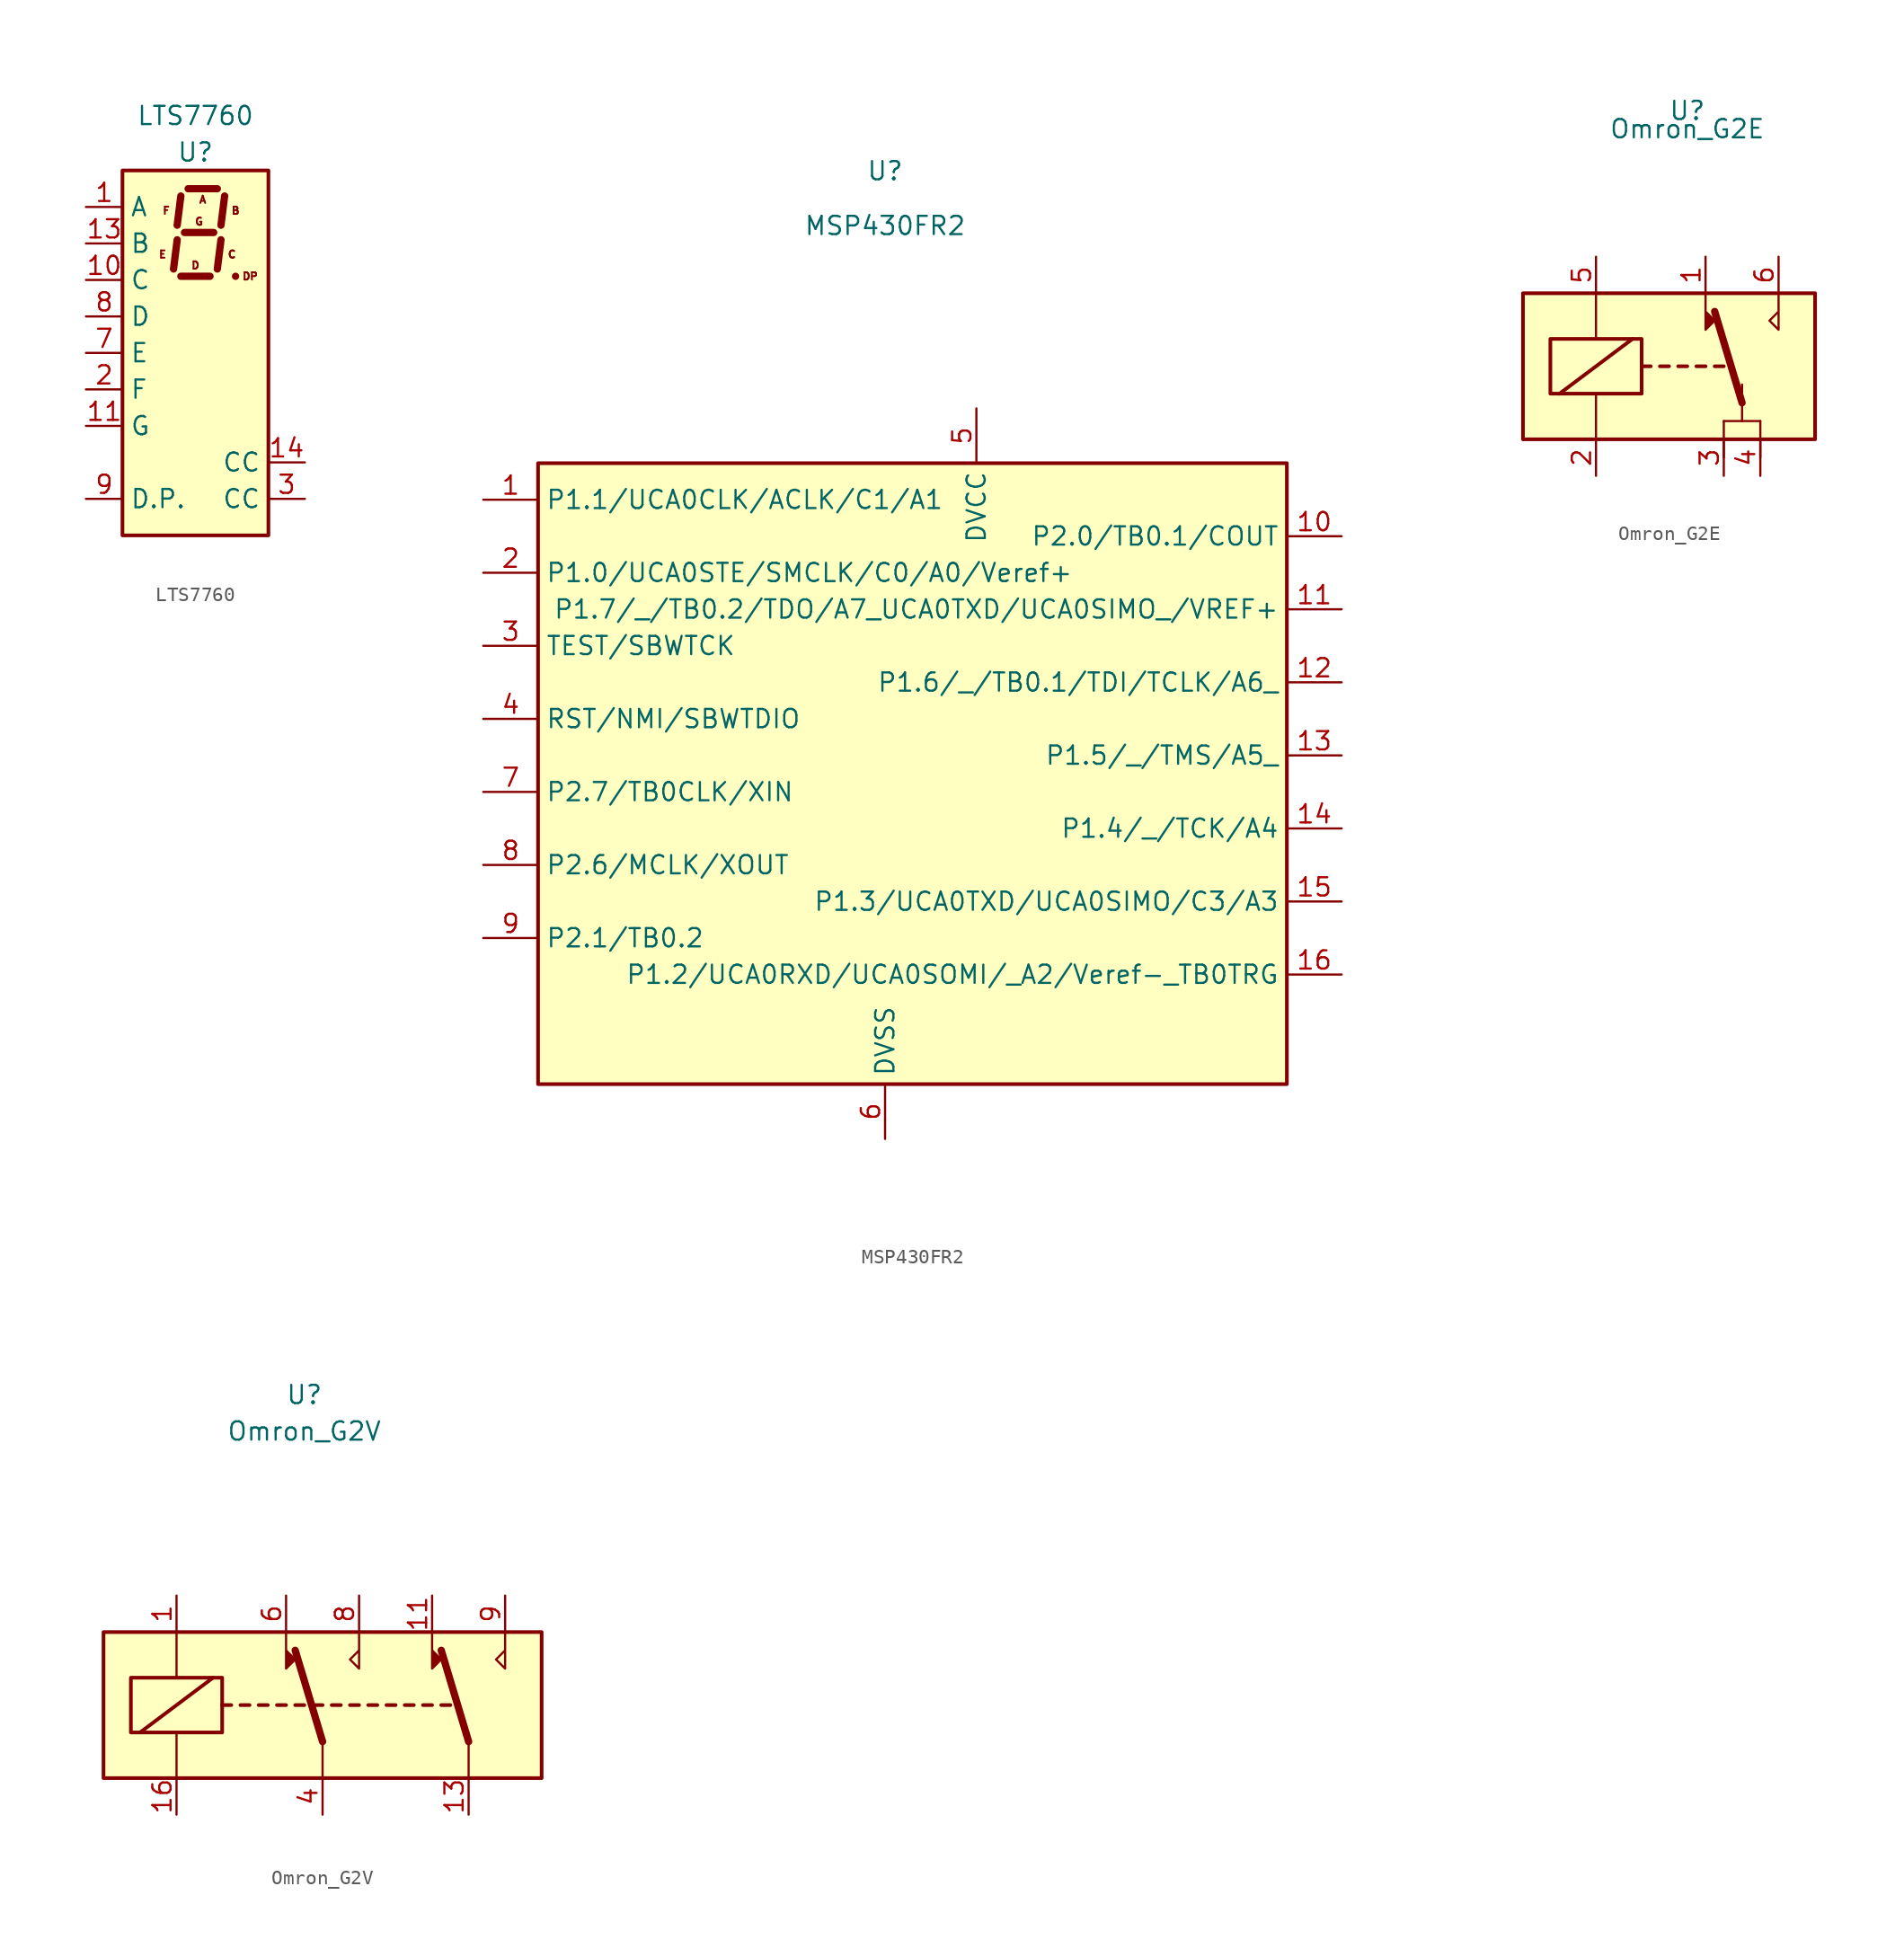
<source format=kicad_sym>
(kicad_symbol_lib
  (version 20211014)
  (generator kicad_symbol_editor)
  (symbol "LTS7760"
    (property "Reference" "U"
      (at 0 15.24 0)
      (effects (font (size 1.27 1.27))))
    (property "Value" "LTS7760"
      (at 0 17.78 0)
      (effects (font (size 1.27 1.27))))
    (symbol "LTS7760_0_0"
      (text "A" (at 0.508 11.938 0) (effects (font (size 0.508 0.508))))
      (text "B" (at 2.794 11.176 0) (effects (font (size 0.508 0.508))))
      (text "C" (at 2.54 8.128 0) (effects (font (size 0.508 0.508))))
      (text "D" (at 0 7.366 0) (effects (font (size 0.508 0.508))))
      (text "DP" (at 3.81 6.604 0) (effects (font (size 0.508 0.508))))
      (text "E" (at -2.286 8.128 0) (effects (font (size 0.508 0.508))))
      (text "F" (at -2.032 11.176 0) (effects (font (size 0.508 0.508))))
      (text "G" (at 0.254 10.414 0) (effects (font (size 0.508 0.508)))))
    (symbol "LTS7760_0_1"
      (rectangle (start -5.08 13.97) (end 5.08 -11.43) (stroke (width 0.254) (type default) (color 0 0 0 0)) (fill (type background)))
      (polyline (pts (xy -1.27 9.144) (xy -1.524 7.112)) (stroke (width 0.508) (type default) (color 0 0 0 0)) (fill (type none)))
      (polyline (pts (xy -1.016 6.604) (xy 1.016 6.604)) (stroke (width 0.508) (type default) (color 0 0 0 0)) (fill (type none)))
      (polyline (pts (xy -1.016 12.192) (xy -1.27 10.16)) (stroke (width 0.508) (type default) (color 0 0 0 0)) (fill (type none)))
      (polyline (pts (xy -0.762 9.652) (xy 1.27 9.652)) (stroke (width 0.508) (type default) (color 0 0 0 0)) (fill (type none)))
      (polyline (pts (xy -0.508 12.7) (xy 1.524 12.7)) (stroke (width 0.508) (type default) (color 0 0 0 0)) (fill (type none)))
      (polyline (pts (xy 1.778 9.144) (xy 1.524 7.112)) (stroke (width 0.508) (type default) (color 0 0 0 0)) (fill (type none)))
      (polyline (pts (xy 2.032 12.192) (xy 1.778 10.16)) (stroke (width 0.508) (type default) (color 0 0 0 0)) (fill (type none)))
      (polyline (pts (xy 2.794 6.604) (xy 2.794 6.604)) (stroke (width 0.508) (type default) (color 0 0 0 0)) (fill (type none))))
    (symbol "LTS7760_1_1"
      (pin input line (at -7.62 11.43 0) (length 2.54) (name "A" (effects (font (size 1.27 1.27)))) (number "1" (effects (font (size 1.27 1.27)))))
      (pin input line (at -7.62 6.35 0) (length 2.54) (name "C" (effects (font (size 1.27 1.27)))) (number "10" (effects (font (size 1.27 1.27)))))
      (pin input line (at -7.62 -3.81 0) (length 2.54) (name "G" (effects (font (size 1.27 1.27)))) (number "11" (effects (font (size 1.27 1.27)))))
      (pin no_connect line (at 7.62 -3.81 180) (length 2.54) hide (name "NC" (effects (font (size 1.27 1.27)))) (number "12" (effects (font (size 1.27 1.27)))))
      (pin input line (at -7.62 8.89 0) (length 2.54) (name "B" (effects (font (size 1.27 1.27)))) (number "13" (effects (font (size 1.27 1.27)))))
      (pin input line (at 7.62 -6.35 180) (length 2.54) (name "CC" (effects (font (size 1.27 1.27)))) (number "14" (effects (font (size 1.27 1.27)))))
      (pin input line (at -7.62 -1.27 0) (length 2.54) (name "F" (effects (font (size 1.27 1.27)))) (number "2" (effects (font (size 1.27 1.27)))))
      (pin input line (at 7.62 -8.89 180) (length 2.54) (name "CC" (effects (font (size 1.27 1.27)))) (number "3" (effects (font (size 1.27 1.27)))))
      (pin no_connect line (at 7.62 3.81 180) (length 2.54) hide (name "NC" (effects (font (size 1.27 1.27)))) (number "4" (effects (font (size 1.27 1.27)))))
      (pin no_connect line (at 7.62 1.27 180) (length 2.54) hide (name "NC" (effects (font (size 1.27 1.27)))) (number "5" (effects (font (size 1.27 1.27)))))
      (pin no_connect line (at 7.62 -1.27 180) (length 2.54) hide (name "NC" (effects (font (size 1.27 1.27)))) (number "6" (effects (font (size 1.27 1.27)))))
      (pin input line (at -7.62 1.27 0) (length 2.54) (name "E" (effects (font (size 1.27 1.27)))) (number "7" (effects (font (size 1.27 1.27)))))
      (pin input line (at -7.62 3.81 0) (length 2.54) (name "D" (effects (font (size 1.27 1.27)))) (number "8" (effects (font (size 1.27 1.27)))))
      (pin input line (at -7.62 -8.89 0) (length 2.54) (name "D.P." (effects (font (size 1.27 1.27)))) (number "9" (effects (font (size 1.27 1.27)))))))
  (symbol "MSP430FR2"
    (property "Reference" "U"
      (at 0 38.1 0)
      (effects (font (size 1.27 1.27))))
    (property "Value" "MSP430FR2"
      (at 0 34.29 0)
      (effects (font (size 1.27 1.27))))
    (symbol "MSP430FR2_0_1"
      (rectangle (start -24.13 17.78) (end 27.94 -25.4) (stroke (width 0.254) (type default) (color 0 0 0 0)) (fill (type background))))
    (symbol "MSP430FR2_1_1"
      (pin passive line (at -27.94 15.24 0) (length 3.81) (name "P1.1/UCA0CLK/ACLK/C1/A1" (effects (font (size 1.27 1.27)))) (number "1" (effects (font (size 1.27 1.27)))))
      (pin input line (at 31.75 12.7 180) (length 3.81) (name "P2.0/TB0.1/COUT" (effects (font (size 1.27 1.27)))) (number "10" (effects (font (size 1.27 1.27)))))
      (pin input line (at 31.75 7.62 180) (length 3.81) (name "P1.7/_/TB0.2/TDO/A7_UCA0TXD/UCA0SIMO_/VREF+" (effects (font (size 1.27 1.27)))) (number "11" (effects (font (size 1.27 1.27)))))
      (pin bidirectional line (at 31.75 2.54 180) (length 3.81) (name "P1.6/_/TB0.1/TDI/TCLK/A6_" (effects (font (size 1.27 1.27)))) (number "12" (effects (font (size 1.27 1.27)))))
      (pin passive line (at 31.75 -2.54 180) (length 3.81) (name "P1.5/_/TMS/A5_" (effects (font (size 1.27 1.27)))) (number "13" (effects (font (size 1.27 1.27)))))
      (pin bidirectional line (at 31.75 -7.62 180) (length 3.81) (name "P1.4/_/TCK/A4" (effects (font (size 1.27 1.27)))) (number "14" (effects (font (size 1.27 1.27)))))
      (pin bidirectional line (at 31.75 -12.7 180) (length 3.81) (name "P1.3/UCA0TXD/UCA0SIMO/C3/A3" (effects (font (size 1.27 1.27)))) (number "15" (effects (font (size 1.27 1.27)))))
      (pin power_in line (at 31.75 -17.78 180) (length 3.81) (name "P1.2/UCA0RXD/UCA0SOMI/_A2/Veref-_TB0TRG" (effects (font (size 1.27 1.27)))) (number "16" (effects (font (size 1.27 1.27)))))
      (pin passive line (at -27.94 10.16 0) (length 3.81) (name "P1.0/UCA0STE/SMCLK/C0/A0/Veref+" (effects (font (size 1.27 1.27)))) (number "2" (effects (font (size 1.27 1.27)))))
      (pin passive line (at -27.94 5.08 0) (length 3.81) (name "TEST/SBWTCK" (effects (font (size 1.27 1.27)))) (number "3" (effects (font (size 1.27 1.27)))))
      (pin passive line (at -27.94 0 0) (length 3.81) (name "RST/NMI/SBWTDIO" (effects (font (size 1.27 1.27)))) (number "4" (effects (font (size 1.27 1.27)))))
      (pin power_in line (at 6.35 21.59 270) (length 3.81) (name "DVCC" (effects (font (size 1.27 1.27)))) (number "5" (effects (font (size 1.27 1.27)))))
      (pin power_in line (at 0 -29.21 90) (length 3.81) (name "DVSS" (effects (font (size 1.27 1.27)))) (number "6" (effects (font (size 1.27 1.27)))))
      (pin passive line (at -27.94 -5.08 0) (length 3.81) (name "P2.7/TB0CLK/XIN" (effects (font (size 1.27 1.27)))) (number "7" (effects (font (size 1.27 1.27)))))
      (pin passive line (at -27.94 -10.16 0) (length 3.81) (name "P2.6/MCLK/XOUT" (effects (font (size 1.27 1.27)))) (number "8" (effects (font (size 1.27 1.27)))))
      (pin passive line (at -27.94 -15.24 0) (length 3.81) (name "P2.1/TB0.2" (effects (font (size 1.27 1.27)))) (number "9" (effects (font (size 1.27 1.27)))))))
  (symbol "Omron_G2E"
    (property "Reference" "U"
      (at 0 17.78 0)
      (effects (font (size 1.27 1.27))))
    (property "Value" "Omron_G2E"
      (at 0 16.51 0)
      (effects (font (size 1.27 1.27))))
    (symbol "Omron_G2E_0_0"
      (polyline (pts (xy 1.27 5.08) (xy 1.27 2.54) (xy 1.905 3.175) (xy 1.27 3.81)) (stroke (width 0) (type default) (color 0 0 0 0)) (fill (type outline)))
      (polyline (pts (xy 6.35 5.08) (xy 6.35 2.54) (xy 5.715 3.175) (xy 6.35 3.81)) (stroke (width 0) (type default) (color 0 0 0 0)) (fill (type none))))
    (symbol "Omron_G2E_0_1"
      (rectangle (start -11.43 5.08) (end 8.89 -5.08) (stroke (width 0.254) (type default) (color 0 0 0 0)) (fill (type background)))
      (rectangle (start -9.525 1.905) (end -3.175 -1.905) (stroke (width 0.254) (type default) (color 0 0 0 0)) (fill (type none)))
      (polyline (pts (xy -8.89 -1.905) (xy -3.81 1.905)) (stroke (width 0.254) (type default) (color 0 0 0 0)) (fill (type none)))
      (polyline (pts (xy -6.35 -5.08) (xy -6.35 -1.905)) (stroke (width 0) (type default) (color 0 0 0 0)) (fill (type none)))
      (polyline (pts (xy -6.35 5.08) (xy -6.35 1.905)) (stroke (width 0) (type default) (color 0 0 0 0)) (fill (type none)))
      (polyline (pts (xy -3.175 0) (xy -2.54 0)) (stroke (width 0.254) (type default) (color 0 0 0 0)) (fill (type none)))
      (polyline (pts (xy -1.905 0) (xy -1.27 0)) (stroke (width 0.254) (type default) (color 0 0 0 0)) (fill (type none)))
      (polyline (pts (xy -0.635 0) (xy 0 0)) (stroke (width 0.254) (type default) (color 0 0 0 0)) (fill (type none)))
      (polyline (pts (xy 0.635 0) (xy 1.27 0)) (stroke (width 0.254) (type default) (color 0 0 0 0)) (fill (type none)))
      (polyline (pts (xy 1.905 0) (xy 2.54 0)) (stroke (width 0.254) (type default) (color 0 0 0 0)) (fill (type none)))
      (polyline (pts (xy 2.54 -3.81) (xy 2.54 -6.35)) (stroke (width 0) (type default) (color 0 0 0 0)) (fill (type none)))
      (polyline (pts (xy 2.54 -3.81) (xy 5.08 -3.81)) (stroke (width 0) (type default) (color 0 0 0 0)) (fill (type none)))
      (polyline (pts (xy 3.81 -2.54) (xy 1.905 3.81)) (stroke (width 0.508) (type default) (color 0 0 0 0)) (fill (type none)))
      (polyline (pts (xy 3.81 -1.27) (xy 3.81 -3.81)) (stroke (width 0) (type default) (color 0 0 0 0)) (fill (type none)))
      (polyline (pts (xy 5.08 -3.81) (xy 5.08 -6.35)) (stroke (width 0) (type default) (color 0 0 0 0)) (fill (type none))))
    (symbol "Omron_G2E_1_1"
      (pin passive line (at 1.27 7.62 270) (length 2.54) (name "~" (effects (font (size 1.27 1.27)))) (number "1" (effects (font (size 1.27 1.27)))))
      (pin passive line (at -6.35 -7.62 90) (length 2.54) (name "~" (effects (font (size 1.27 1.27)))) (number "2" (effects (font (size 1.27 1.27)))))
      (pin passive line (at 2.54 -7.62 90) (length 2.54) (name "~" (effects (font (size 1.27 1.27)))) (number "3" (effects (font (size 1.27 1.27)))))
      (pin passive line (at 5.08 -7.62 90) (length 2.54) (name "~" (effects (font (size 1.27 1.27)))) (number "4" (effects (font (size 1.27 1.27)))))
      (pin passive line (at -6.35 7.62 270) (length 2.54) (name "~" (effects (font (size 1.27 1.27)))) (number "5" (effects (font (size 1.27 1.27)))))
      (pin passive line (at 6.35 7.62 270) (length 2.54) (name "~" (effects (font (size 1.27 1.27)))) (number "6" (effects (font (size 1.27 1.27)))))))
  (symbol "Omron_G2V"
    (property "Reference" "U"
      (at 0 21.59 0)
      (effects (font (size 1.27 1.27))))
    (property "Value" "Omron_G2V"
      (at 0 19.05 0)
      (effects (font (size 1.27 1.27))))
    (symbol "Omron_G2V_1_1"
      (rectangle (start -13.97 5.08) (end 16.51 -5.08) (stroke (width 0.254) (type default) (color 0 0 0 0)) (fill (type background)))
      (rectangle (start -12.065 1.905) (end -5.715 -1.905) (stroke (width 0.254) (type default) (color 0 0 0 0)) (fill (type none)))
      (polyline (pts (xy -11.43 -1.905) (xy -6.35 1.905)) (stroke (width 0.254) (type default) (color 0 0 0 0)) (fill (type none)))
      (polyline (pts (xy -8.89 -5.08) (xy -8.89 -1.905)) (stroke (width 0) (type default) (color 0 0 0 0)) (fill (type none)))
      (polyline (pts (xy -8.89 5.08) (xy -8.89 1.905)) (stroke (width 0) (type default) (color 0 0 0 0)) (fill (type none)))
      (polyline (pts (xy -5.715 0) (xy -5.08 0)) (stroke (width 0.254) (type default) (color 0 0 0 0)) (fill (type none)))
      (polyline (pts (xy -4.445 0) (xy -3.81 0)) (stroke (width 0.254) (type default) (color 0 0 0 0)) (fill (type none)))
      (polyline (pts (xy -3.175 0) (xy -2.54 0)) (stroke (width 0.254) (type default) (color 0 0 0 0)) (fill (type none)))
      (polyline (pts (xy -1.905 0) (xy -1.27 0)) (stroke (width 0.254) (type default) (color 0 0 0 0)) (fill (type none)))
      (polyline (pts (xy -0.635 0) (xy 0 0)) (stroke (width 0.254) (type default) (color 0 0 0 0)) (fill (type none)))
      (polyline (pts (xy 0.635 0) (xy 1.27 0)) (stroke (width 0.254) (type default) (color 0 0 0 0)) (fill (type none)))
      (polyline (pts (xy 1.27 -2.54) (xy -0.635 3.81)) (stroke (width 0.508) (type default) (color 0 0 0 0)) (fill (type none)))
      (polyline (pts (xy 1.27 -2.54) (xy 1.27 -5.08)) (stroke (width 0) (type default) (color 0 0 0 0)) (fill (type none)))
      (polyline (pts (xy 1.905 0) (xy 2.54 0)) (stroke (width 0.254) (type default) (color 0 0 0 0)) (fill (type none)))
      (polyline (pts (xy 3.175 0) (xy 3.81 0)) (stroke (width 0.254) (type default) (color 0 0 0 0)) (fill (type none)))
      (polyline (pts (xy 4.445 0) (xy 5.08 0)) (stroke (width 0.254) (type default) (color 0 0 0 0)) (fill (type none)))
      (polyline (pts (xy 5.715 0) (xy 6.35 0)) (stroke (width 0.254) (type default) (color 0 0 0 0)) (fill (type none)))
      (polyline (pts (xy 6.985 0) (xy 7.62 0)) (stroke (width 0.254) (type default) (color 0 0 0 0)) (fill (type none)))
      (polyline (pts (xy 8.255 0) (xy 8.89 0)) (stroke (width 0.254) (type default) (color 0 0 0 0)) (fill (type none)))
      (polyline (pts (xy 9.525 0) (xy 10.16 0)) (stroke (width 0.254) (type default) (color 0 0 0 0)) (fill (type none)))
      (polyline (pts (xy 11.43 -2.54) (xy 9.525 3.81)) (stroke (width 0.508) (type default) (color 0 0 0 0)) (fill (type none)))
      (polyline (pts (xy 11.43 -2.54) (xy 11.43 -5.08)) (stroke (width 0) (type default) (color 0 0 0 0)) (fill (type none)))
      (polyline (pts (xy -1.27 5.08) (xy -1.27 2.54) (xy -0.635 3.175) (xy -1.27 3.81)) (stroke (width 0) (type default) (color 0 0 0 0)) (fill (type outline)))
      (polyline (pts (xy 3.81 5.08) (xy 3.81 2.54) (xy 3.175 3.175) (xy 3.81 3.81)) (stroke (width 0) (type default) (color 0 0 0 0)) (fill (type none)))
      (polyline (pts (xy 8.89 5.08) (xy 8.89 2.54) (xy 9.525 3.175) (xy 8.89 3.81)) (stroke (width 0) (type default) (color 0 0 0 0)) (fill (type outline)))
      (polyline (pts (xy 13.97 5.08) (xy 13.97 2.54) (xy 13.335 3.175) (xy 13.97 3.81)) (stroke (width 0) (type default) (color 0 0 0 0)) (fill (type none)))
      (pin passive line (at -8.89 7.62 270) (length 2.54) (name "~" (effects (font (size 1.27 1.27)))) (number "1" (effects (font (size 1.27 1.27)))))
      (pin passive line (at 8.89 7.62 270) (length 2.54) (name "~" (effects (font (size 1.27 1.27)))) (number "11" (effects (font (size 1.27 1.27)))))
      (pin passive line (at 11.43 -7.62 90) (length 2.54) (name "~" (effects (font (size 1.27 1.27)))) (number "13" (effects (font (size 1.27 1.27)))))
      (pin passive line (at -8.89 -7.62 90) (length 2.54) (name "~" (effects (font (size 1.27 1.27)))) (number "16" (effects (font (size 1.27 1.27)))))
      (pin passive line (at 1.27 -7.62 90) (length 2.54) (name "~" (effects (font (size 1.27 1.27)))) (number "4" (effects (font (size 1.27 1.27)))))
      (pin passive line (at -1.27 7.62 270) (length 2.54) (name "~" (effects (font (size 1.27 1.27)))) (number "6" (effects (font (size 1.27 1.27)))))
      (pin passive line (at 3.81 7.62 270) (length 2.54) (name "~" (effects (font (size 1.27 1.27)))) (number "8" (effects (font (size 1.27 1.27)))))
      (pin passive line (at 13.97 7.62 270) (length 2.54) (name "~" (effects (font (size 1.27 1.27)))) (number "9" (effects (font (size 1.27 1.27))))))))
</source>
